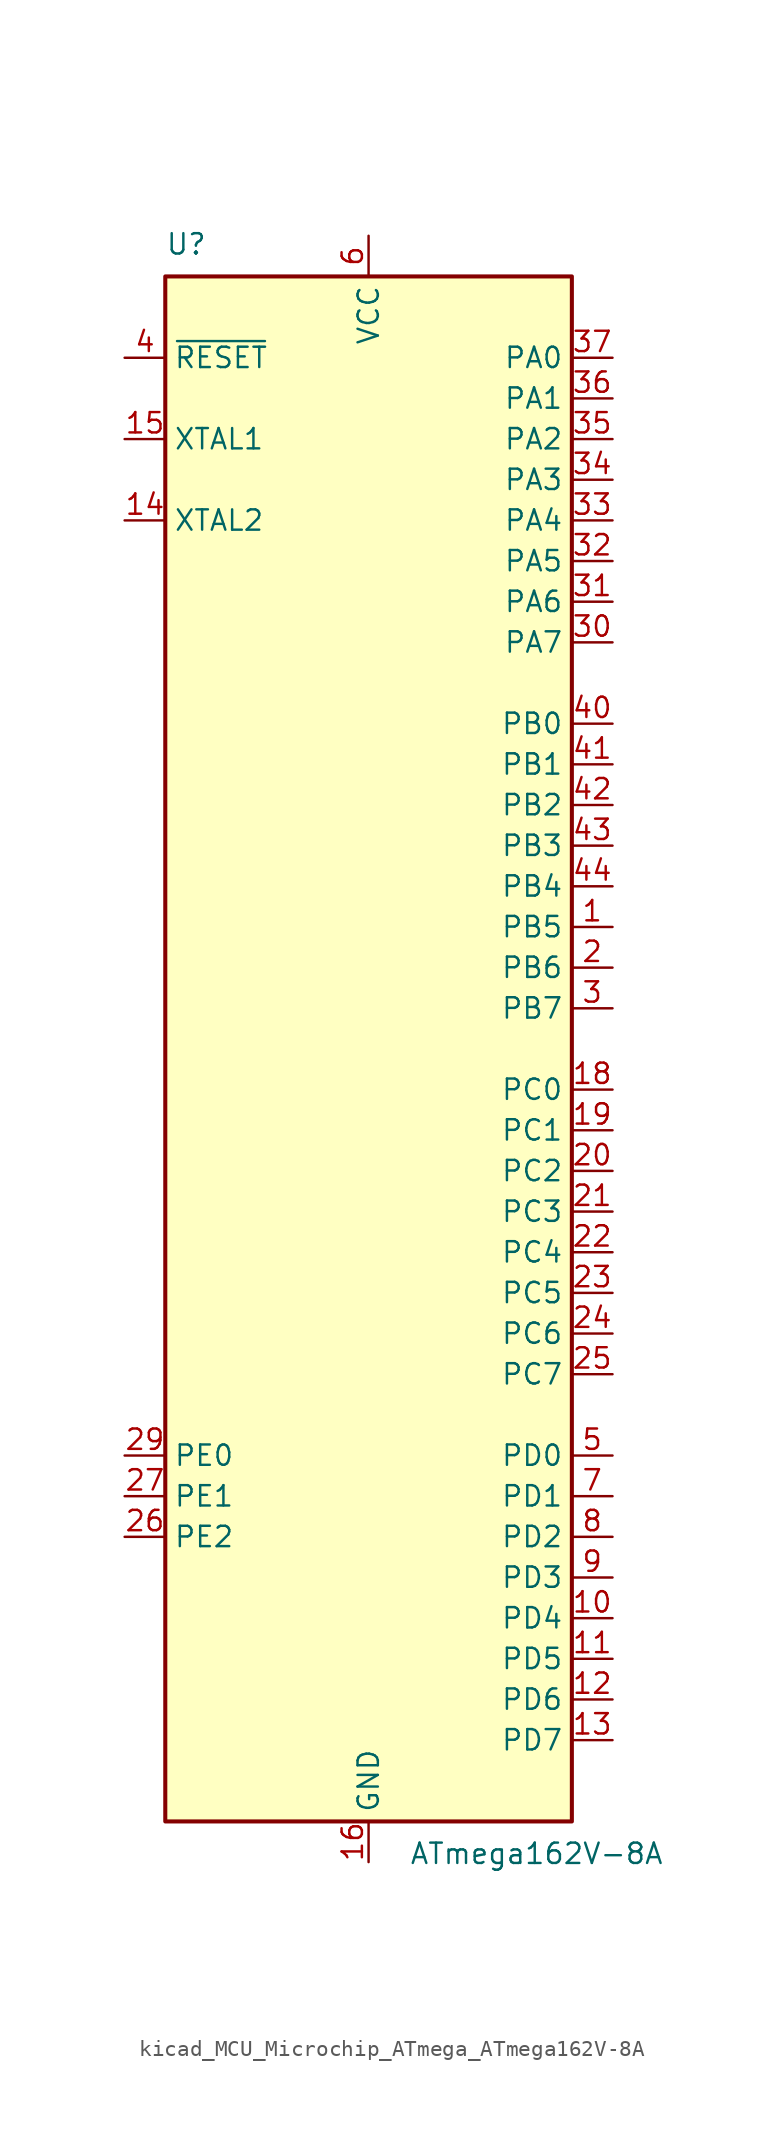
<source format=kicad_sym>
(kicad_symbol_lib
  (version 20220914)
  (generator kicad_symbol_editor)
  (symbol "kicad_MCU_Microchip_ATmega_ATmega162V-8A"
    (property "Reference" "U"
      (at -12.7 49.53 0)
      (effects (font (size 1.27 1.27)) (justify left bottom)))
    (property "Value" "ATmega162V-8A"
      (at 2.54 -49.53 0)
      (effects (font (size 1.27 1.27)) (justify left top)))
    (symbol "kicad_MCU_Microchip_ATmega_ATmega162V-8A_0_1"
      (rectangle (start -12.7 -48.26) (end 12.7 48.26) (stroke (width 0.254) (type default)) (fill (type background))))
    (symbol "kicad_MCU_Microchip_ATmega_ATmega162V-8A_1_1"
      (pin bidirectional line (at 15.24 7.62 180) (length 2.54) (name "PB5" (effects (font (size 1.27 1.27)))) (number "1" (effects (font (size 1.27 1.27)))))
      (pin bidirectional line (at 15.24 -35.56 180) (length 2.54) (name "PD4" (effects (font (size 1.27 1.27)))) (number "10" (effects (font (size 1.27 1.27)))))
      (pin bidirectional line (at 15.24 -38.1 180) (length 2.54) (name "PD5" (effects (font (size 1.27 1.27)))) (number "11" (effects (font (size 1.27 1.27)))))
      (pin bidirectional line (at 15.24 -40.64 180) (length 2.54) (name "PD6" (effects (font (size 1.27 1.27)))) (number "12" (effects (font (size 1.27 1.27)))))
      (pin bidirectional line (at 15.24 -43.18 180) (length 2.54) (name "PD7" (effects (font (size 1.27 1.27)))) (number "13" (effects (font (size 1.27 1.27)))))
      (pin output line (at -15.24 33.02 0) (length 2.54) (name "XTAL2" (effects (font (size 1.27 1.27)))) (number "14" (effects (font (size 1.27 1.27)))))
      (pin input line (at -15.24 38.1 0) (length 2.54) (name "XTAL1" (effects (font (size 1.27 1.27)))) (number "15" (effects (font (size 1.27 1.27)))))
      (pin power_in line (at 0 -50.8 90) (length 2.54) (name "GND" (effects (font (size 1.27 1.27)))) (number "16" (effects (font (size 1.27 1.27)))))
      (pin passive line (at 0 50.8 270) (length 2.54) hide (name "VCC" (effects (font (size 1.27 1.27)))) (number "17" (effects (font (size 1.27 1.27)))))
      (pin bidirectional line (at 15.24 -2.54 180) (length 2.54) (name "PC0" (effects (font (size 1.27 1.27)))) (number "18" (effects (font (size 1.27 1.27)))))
      (pin bidirectional line (at 15.24 -5.08 180) (length 2.54) (name "PC1" (effects (font (size 1.27 1.27)))) (number "19" (effects (font (size 1.27 1.27)))))
      (pin bidirectional line (at 15.24 5.08 180) (length 2.54) (name "PB6" (effects (font (size 1.27 1.27)))) (number "2" (effects (font (size 1.27 1.27)))))
      (pin bidirectional line (at 15.24 -7.62 180) (length 2.54) (name "PC2" (effects (font (size 1.27 1.27)))) (number "20" (effects (font (size 1.27 1.27)))))
      (pin bidirectional line (at 15.24 -10.16 180) (length 2.54) (name "PC3" (effects (font (size 1.27 1.27)))) (number "21" (effects (font (size 1.27 1.27)))))
      (pin bidirectional line (at 15.24 -12.7 180) (length 2.54) (name "PC4" (effects (font (size 1.27 1.27)))) (number "22" (effects (font (size 1.27 1.27)))))
      (pin bidirectional line (at 15.24 -15.24 180) (length 2.54) (name "PC5" (effects (font (size 1.27 1.27)))) (number "23" (effects (font (size 1.27 1.27)))))
      (pin bidirectional line (at 15.24 -17.78 180) (length 2.54) (name "PC6" (effects (font (size 1.27 1.27)))) (number "24" (effects (font (size 1.27 1.27)))))
      (pin bidirectional line (at 15.24 -20.32 180) (length 2.54) (name "PC7" (effects (font (size 1.27 1.27)))) (number "25" (effects (font (size 1.27 1.27)))))
      (pin bidirectional line (at -15.24 -30.48 0) (length 2.54) (name "PE2" (effects (font (size 1.27 1.27)))) (number "26" (effects (font (size 1.27 1.27)))))
      (pin bidirectional line (at -15.24 -27.94 0) (length 2.54) (name "PE1" (effects (font (size 1.27 1.27)))) (number "27" (effects (font (size 1.27 1.27)))))
      (pin passive line (at 0 -50.8 90) (length 2.54) hide (name "GND" (effects (font (size 1.27 1.27)))) (number "28" (effects (font (size 1.27 1.27)))))
      (pin bidirectional line (at -15.24 -25.4 0) (length 2.54) (name "PE0" (effects (font (size 1.27 1.27)))) (number "29" (effects (font (size 1.27 1.27)))))
      (pin bidirectional line (at 15.24 2.54 180) (length 2.54) (name "PB7" (effects (font (size 1.27 1.27)))) (number "3" (effects (font (size 1.27 1.27)))))
      (pin bidirectional line (at 15.24 25.4 180) (length 2.54) (name "PA7" (effects (font (size 1.27 1.27)))) (number "30" (effects (font (size 1.27 1.27)))))
      (pin bidirectional line (at 15.24 27.94 180) (length 2.54) (name "PA6" (effects (font (size 1.27 1.27)))) (number "31" (effects (font (size 1.27 1.27)))))
      (pin bidirectional line (at 15.24 30.48 180) (length 2.54) (name "PA5" (effects (font (size 1.27 1.27)))) (number "32" (effects (font (size 1.27 1.27)))))
      (pin bidirectional line (at 15.24 33.02 180) (length 2.54) (name "PA4" (effects (font (size 1.27 1.27)))) (number "33" (effects (font (size 1.27 1.27)))))
      (pin bidirectional line (at 15.24 35.56 180) (length 2.54) (name "PA3" (effects (font (size 1.27 1.27)))) (number "34" (effects (font (size 1.27 1.27)))))
      (pin bidirectional line (at 15.24 38.1 180) (length 2.54) (name "PA2" (effects (font (size 1.27 1.27)))) (number "35" (effects (font (size 1.27 1.27)))))
      (pin bidirectional line (at 15.24 40.64 180) (length 2.54) (name "PA1" (effects (font (size 1.27 1.27)))) (number "36" (effects (font (size 1.27 1.27)))))
      (pin bidirectional line (at 15.24 43.18 180) (length 2.54) (name "PA0" (effects (font (size 1.27 1.27)))) (number "37" (effects (font (size 1.27 1.27)))))
      (pin passive line (at 0 50.8 270) (length 2.54) hide (name "VCC" (effects (font (size 1.27 1.27)))) (number "38" (effects (font (size 1.27 1.27)))))
      (pin passive line (at 0 -50.8 90) (length 2.54) hide (name "GND" (effects (font (size 1.27 1.27)))) (number "39" (effects (font (size 1.27 1.27)))))
      (pin input line (at -15.24 43.18 0) (length 2.54) (name "~{RESET}" (effects (font (size 1.27 1.27)))) (number "4" (effects (font (size 1.27 1.27)))))
      (pin bidirectional line (at 15.24 20.32 180) (length 2.54) (name "PB0" (effects (font (size 1.27 1.27)))) (number "40" (effects (font (size 1.27 1.27)))))
      (pin bidirectional line (at 15.24 17.78 180) (length 2.54) (name "PB1" (effects (font (size 1.27 1.27)))) (number "41" (effects (font (size 1.27 1.27)))))
      (pin bidirectional line (at 15.24 15.24 180) (length 2.54) (name "PB2" (effects (font (size 1.27 1.27)))) (number "42" (effects (font (size 1.27 1.27)))))
      (pin bidirectional line (at 15.24 12.7 180) (length 2.54) (name "PB3" (effects (font (size 1.27 1.27)))) (number "43" (effects (font (size 1.27 1.27)))))
      (pin bidirectional line (at 15.24 10.16 180) (length 2.54) (name "PB4" (effects (font (size 1.27 1.27)))) (number "44" (effects (font (size 1.27 1.27)))))
      (pin bidirectional line (at 15.24 -25.4 180) (length 2.54) (name "PD0" (effects (font (size 1.27 1.27)))) (number "5" (effects (font (size 1.27 1.27)))))
      (pin power_in line (at 0 50.8 270) (length 2.54) (name "VCC" (effects (font (size 1.27 1.27)))) (number "6" (effects (font (size 1.27 1.27)))))
      (pin bidirectional line (at 15.24 -27.94 180) (length 2.54) (name "PD1" (effects (font (size 1.27 1.27)))) (number "7" (effects (font (size 1.27 1.27)))))
      (pin bidirectional line (at 15.24 -30.48 180) (length 2.54) (name "PD2" (effects (font (size 1.27 1.27)))) (number "8" (effects (font (size 1.27 1.27)))))
      (pin bidirectional line (at 15.24 -33.02 180) (length 2.54) (name "PD3" (effects (font (size 1.27 1.27)))) (number "9" (effects (font (size 1.27 1.27))))))))
</source>
